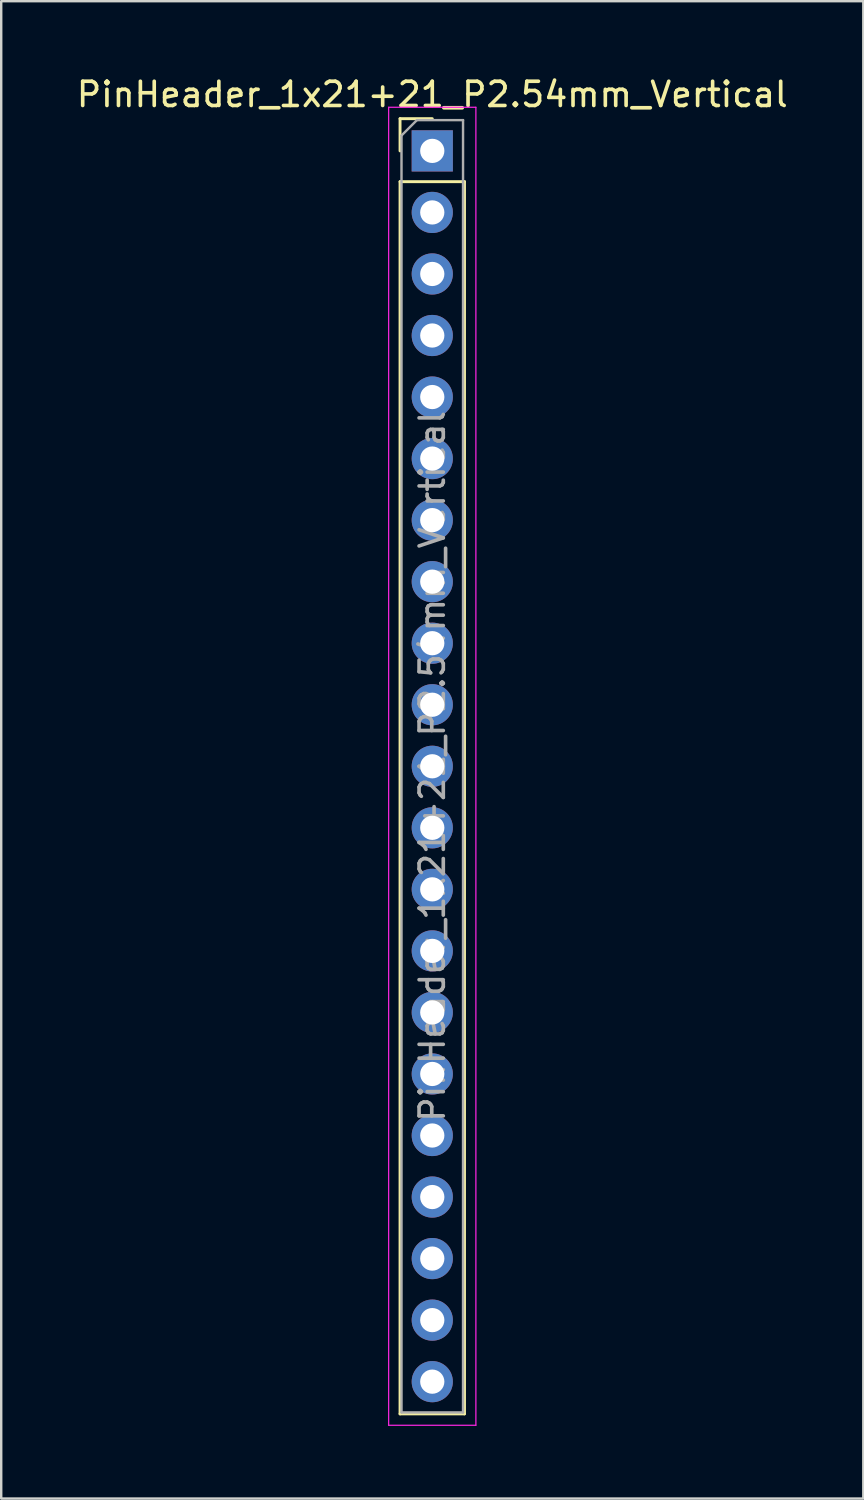
<source format=kicad_pcb>
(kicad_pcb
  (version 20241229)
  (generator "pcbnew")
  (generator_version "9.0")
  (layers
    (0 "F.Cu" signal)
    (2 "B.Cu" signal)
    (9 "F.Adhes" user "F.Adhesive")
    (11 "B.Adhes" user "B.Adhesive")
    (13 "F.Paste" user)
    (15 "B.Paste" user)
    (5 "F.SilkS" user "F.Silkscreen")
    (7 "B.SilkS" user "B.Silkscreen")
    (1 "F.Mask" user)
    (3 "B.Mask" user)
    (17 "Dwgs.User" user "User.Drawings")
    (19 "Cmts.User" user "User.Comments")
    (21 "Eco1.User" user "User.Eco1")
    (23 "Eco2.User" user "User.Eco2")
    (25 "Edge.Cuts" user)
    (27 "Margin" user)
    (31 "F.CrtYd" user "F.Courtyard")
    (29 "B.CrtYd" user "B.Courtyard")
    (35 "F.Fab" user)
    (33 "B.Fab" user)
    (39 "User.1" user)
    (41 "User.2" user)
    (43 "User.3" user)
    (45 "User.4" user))
  (footprint "PinHeader_1x21+21_P2.54mm_Vertical"
    (layer "F.Cu")
    (at 14.792 3.178)
    (property "Reference" "PinHeader_1x21+21_P2.54mm_Vertical" (at 0 -2.33 0) (layer "F.SilkS") (effects (font (size 1 1) (thickness 0.15))))
    (attr through_hole)
    (fp_line (start -1.33 -1.33) (end 0 -1.33) (stroke (width 0.12) (type solid)) (layer "F.SilkS"))
    (fp_line (start -1.33 0) (end -1.33 -1.33) (stroke (width 0.12) (type solid)) (layer "F.SilkS"))
    (fp_line (start -1.33 1.27) (end -1.33 52.13) (stroke (width 0.12) (type solid)) (layer "F.SilkS"))
    (fp_line (start -1.33 1.27) (end 1.33 1.27) (stroke (width 0.12) (type solid)) (layer "F.SilkS"))
    (fp_line (start -1.33 52.13) (end 1.33 52.13) (stroke (width 0.12) (type solid)) (layer "F.SilkS"))
    (fp_line (start 1.33 1.27) (end 1.33 52.13) (stroke (width 0.12) (type solid)) (layer "F.SilkS"))
    (fp_line (start -1.8 -1.8) (end -1.8 52.6) (stroke (width 0.05) (type solid)) (layer "F.CrtYd"))
    (fp_line (start -1.8 52.6) (end 1.8 52.6) (stroke (width 0.05) (type solid)) (layer "F.CrtYd"))
    (fp_line (start 1.8 -1.8) (end -1.8 -1.8) (stroke (width 0.05) (type solid)) (layer "F.CrtYd"))
    (fp_line (start 1.8 52.6) (end 1.8 -1.8) (stroke (width 0.05) (type solid)) (layer "F.CrtYd"))
    (fp_line (start -1.27 -0.635) (end -0.635 -1.27) (stroke (width 0.1) (type solid)) (layer "F.Fab"))
    (fp_line (start -1.27 52.07) (end -1.27 -0.635) (stroke (width 0.1) (type solid)) (layer "F.Fab"))
    (fp_line (start -0.635 -1.27) (end 1.27 -1.27) (stroke (width 0.1) (type solid)) (layer "F.Fab"))
    (fp_line (start 1.27 -1.27) (end 1.27 52.07) (stroke (width 0.1) (type solid)) (layer "F.Fab"))
    (fp_line (start 1.27 52.07) (end -1.27 52.07) (stroke (width 0.1) (type solid)) (layer "F.Fab"))
    (fp_text user "${REFERENCE}" (at 0 25.4 90) (layer "F.Fab") (effects (font (size 1 1) (thickness 0.15))))
    (pad "22" thru_hole rect (at 0 0) (size 1.7 1.7) (drill 1) (layers "*.Cu" "*.Mask"))
    (pad "23" thru_hole oval (at 0 2.54) (size 1.7 1.7) (drill 1) (layers "*.Cu" "*.Mask"))
    (pad "24" thru_hole oval (at 0 5.08) (size 1.7 1.7) (drill 1) (layers "*.Cu" "*.Mask"))
    (pad "25" thru_hole oval (at 0 7.62) (size 1.7 1.7) (drill 1) (layers "*.Cu" "*.Mask"))
    (pad "26" thru_hole oval (at 0 10.16) (size 1.7 1.7) (drill 1) (layers "*.Cu" "*.Mask"))
    (pad "27" thru_hole oval (at 0 12.7) (size 1.7 1.7) (drill 1) (layers "*.Cu" "*.Mask"))
    (pad "28" thru_hole oval (at 0 15.24) (size 1.7 1.7) (drill 1) (layers "*.Cu" "*.Mask"))
    (pad "29" thru_hole oval (at 0 17.78) (size 1.7 1.7) (drill 1) (layers "*.Cu" "*.Mask"))
    (pad "30" thru_hole oval (at 0 20.32) (size 1.7 1.7) (drill 1) (layers "*.Cu" "*.Mask"))
    (pad "31" thru_hole oval (at 0 22.86) (size 1.7 1.7) (drill 1) (layers "*.Cu" "*.Mask"))
    (pad "32" thru_hole oval (at 0 25.4) (size 1.7 1.7) (drill 1) (layers "*.Cu" "*.Mask"))
    (pad "33" thru_hole oval (at 0 27.94) (size 1.7 1.7) (drill 1) (layers "*.Cu" "*.Mask"))
    (pad "34" thru_hole oval (at 0 30.48) (size 1.7 1.7) (drill 1) (layers "*.Cu" "*.Mask"))
    (pad "35" thru_hole oval (at 0 33.02) (size 1.7 1.7) (drill 1) (layers "*.Cu" "*.Mask"))
    (pad "36" thru_hole oval (at 0 35.56) (size 1.7 1.7) (drill 1) (layers "*.Cu" "*.Mask"))
    (pad "37" thru_hole oval (at 0 38.1) (size 1.7 1.7) (drill 1) (layers "*.Cu" "*.Mask"))
    (pad "38" thru_hole oval (at 0 40.64) (size 1.7 1.7) (drill 1) (layers "*.Cu" "*.Mask"))
    (pad "39" thru_hole oval (at 0 43.18) (size 1.7 1.7) (drill 1) (layers "*.Cu" "*.Mask"))
    (pad "40" thru_hole oval (at 0 45.72) (size 1.7 1.7) (drill 1) (layers "*.Cu" "*.Mask"))
    (pad "41" thru_hole oval (at 0 48.26) (size 1.7 1.7) (drill 1) (layers "*.Cu" "*.Mask"))
    (pad "42" thru_hole oval (at 0 50.8) (size 1.7 1.7) (drill 1) (layers "*.Cu" "*.Mask")))
  (gr_rect
    (start -3 -3)
    (end 32.583 58.803)
    (stroke (width 0.1) (type default))
    (fill no)
    (layer "Edge.Cuts")))
</source>
